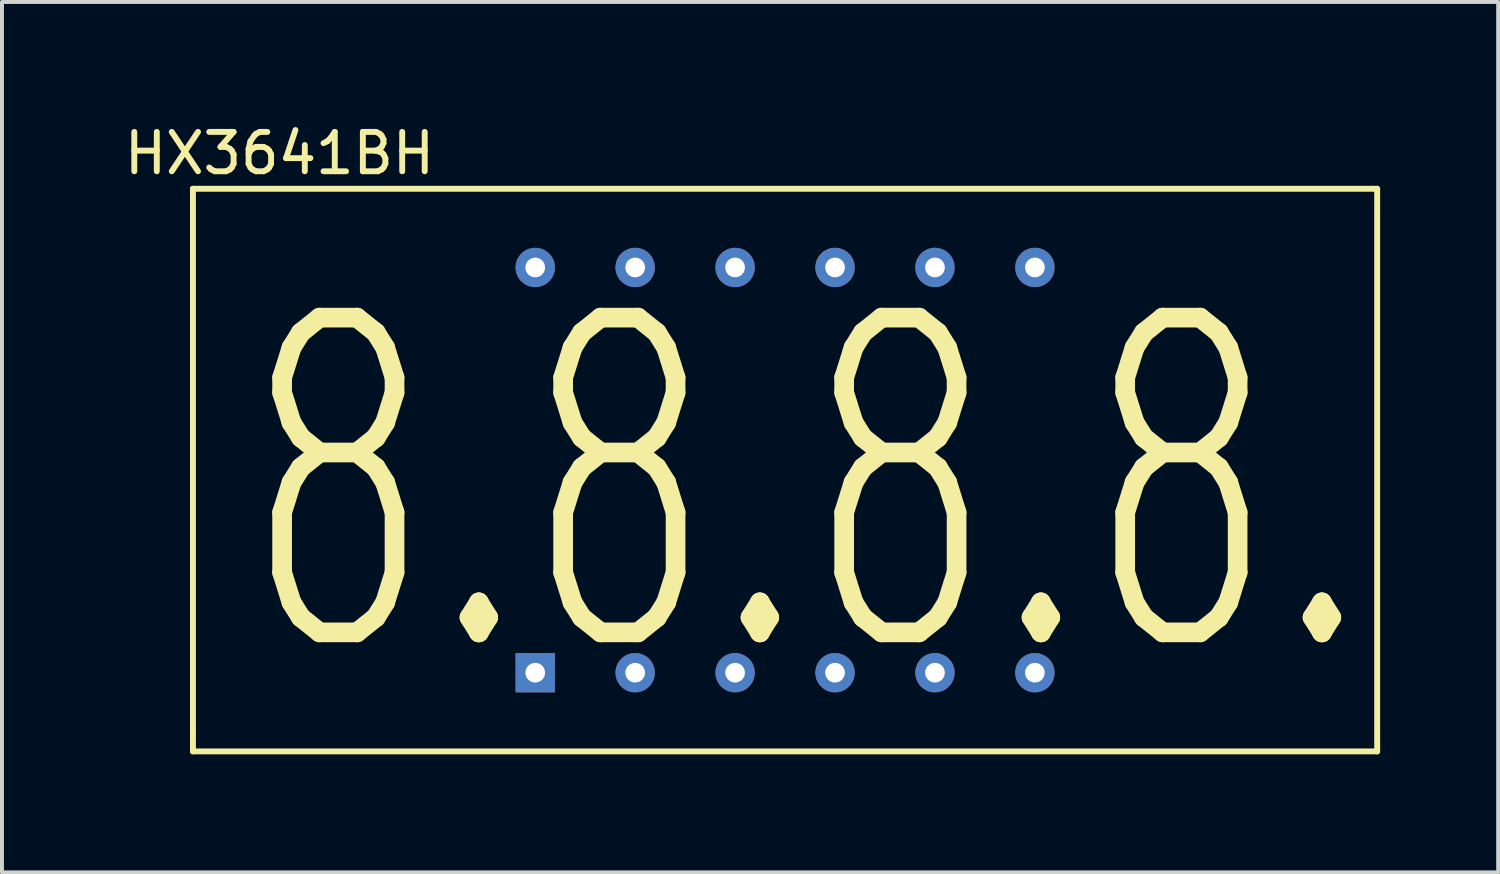
<source format=kicad_pcb>
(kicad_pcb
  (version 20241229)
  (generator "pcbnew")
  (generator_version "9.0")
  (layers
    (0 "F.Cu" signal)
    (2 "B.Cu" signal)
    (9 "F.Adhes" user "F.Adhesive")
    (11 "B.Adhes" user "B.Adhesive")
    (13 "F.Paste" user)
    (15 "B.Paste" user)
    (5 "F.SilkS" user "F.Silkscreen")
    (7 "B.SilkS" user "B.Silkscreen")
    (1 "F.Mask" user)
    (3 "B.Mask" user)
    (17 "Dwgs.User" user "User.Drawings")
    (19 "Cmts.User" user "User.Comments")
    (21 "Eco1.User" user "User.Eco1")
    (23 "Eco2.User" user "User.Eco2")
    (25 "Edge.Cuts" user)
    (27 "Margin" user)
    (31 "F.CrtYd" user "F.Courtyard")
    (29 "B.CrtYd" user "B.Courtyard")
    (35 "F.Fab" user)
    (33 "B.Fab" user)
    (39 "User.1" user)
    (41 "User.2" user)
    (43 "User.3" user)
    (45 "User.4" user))
  (footprint "HX3641BH"
    (layer "F.Cu")
    (at 10.554 14.048)
    (property "Reference" "HX3641BH" (at -6.5 -13.2 0) (layer "F.SilkS") (effects (font (size 1 1) (thickness 0.15))))
    (attr through_hole)
    (fp_line (start -8.7 -12.3) (end -8.7 2) (stroke (width 0.15) (type solid)) (layer "F.SilkS"))
    (fp_line (start -8.7 2) (end 21.4 2) (stroke (width 0.15) (type solid)) (layer "F.SilkS"))
    (fp_line (start 21.4 -12.3) (end -8.7 -12.3) (stroke (width 0.15) (type solid)) (layer "F.SilkS"))
    (fp_line (start 21.4 2) (end 21.4 -12.3) (stroke (width 0.15) (type solid)) (layer "F.SilkS"))
    (fp_text user "8.8.8.8." (at 6.9 -4.7 0) (layer "F.SilkS") (effects (font (size 8 5) (thickness 0.5))))
    (pad "1" thru_hole rect (at 0 0) (size 1 1) (drill 0.5) (layers "*.Cu" "*.Mask"))
    (pad "2" thru_hole circle (at 2.54 0) (size 1 1) (drill 0.5) (layers "*.Cu" "*.Mask"))
    (pad "3" thru_hole circle (at 5.08 0) (size 1 1) (drill 0.5) (layers "*.Cu" "*.Mask"))
    (pad "4" thru_hole circle (at 7.62 0) (size 1 1) (drill 0.5) (layers "*.Cu" "*.Mask"))
    (pad "5" thru_hole circle (at 10.16 0) (size 1 1) (drill 0.5) (layers "*.Cu" "*.Mask"))
    (pad "6" thru_hole circle (at 12.7 0) (size 1 1) (drill 0.5) (layers "*.Cu" "*.Mask"))
    (pad "7" thru_hole circle (at 12.7 -10.3) (size 1 1) (drill 0.5) (layers "*.Cu" "*.Mask"))
    (pad "8" thru_hole circle (at 10.16 -10.3) (size 1 1) (drill 0.5) (layers "*.Cu" "*.Mask"))
    (pad "9" thru_hole circle (at 7.62 -10.3) (size 1 1) (drill 0.5) (layers "*.Cu" "*.Mask"))
    (pad "10" thru_hole circle (at 5.08 -10.3) (size 1 1) (drill 0.5) (layers "*.Cu" "*.Mask"))
    (pad "11" thru_hole circle (at 2.54 -10.3) (size 1 1) (drill 0.5) (layers "*.Cu" "*.Mask"))
    (pad "12" thru_hole circle (at 0 -10.3) (size 1 1) (drill 0.5) (layers "*.Cu" "*.Mask")))
  (gr_rect
    (start -3 -3)
    (end 35.029 19.123)
    (stroke (width 0.1) (type default))
    (fill no)
    (layer "Edge.Cuts")))
</source>
